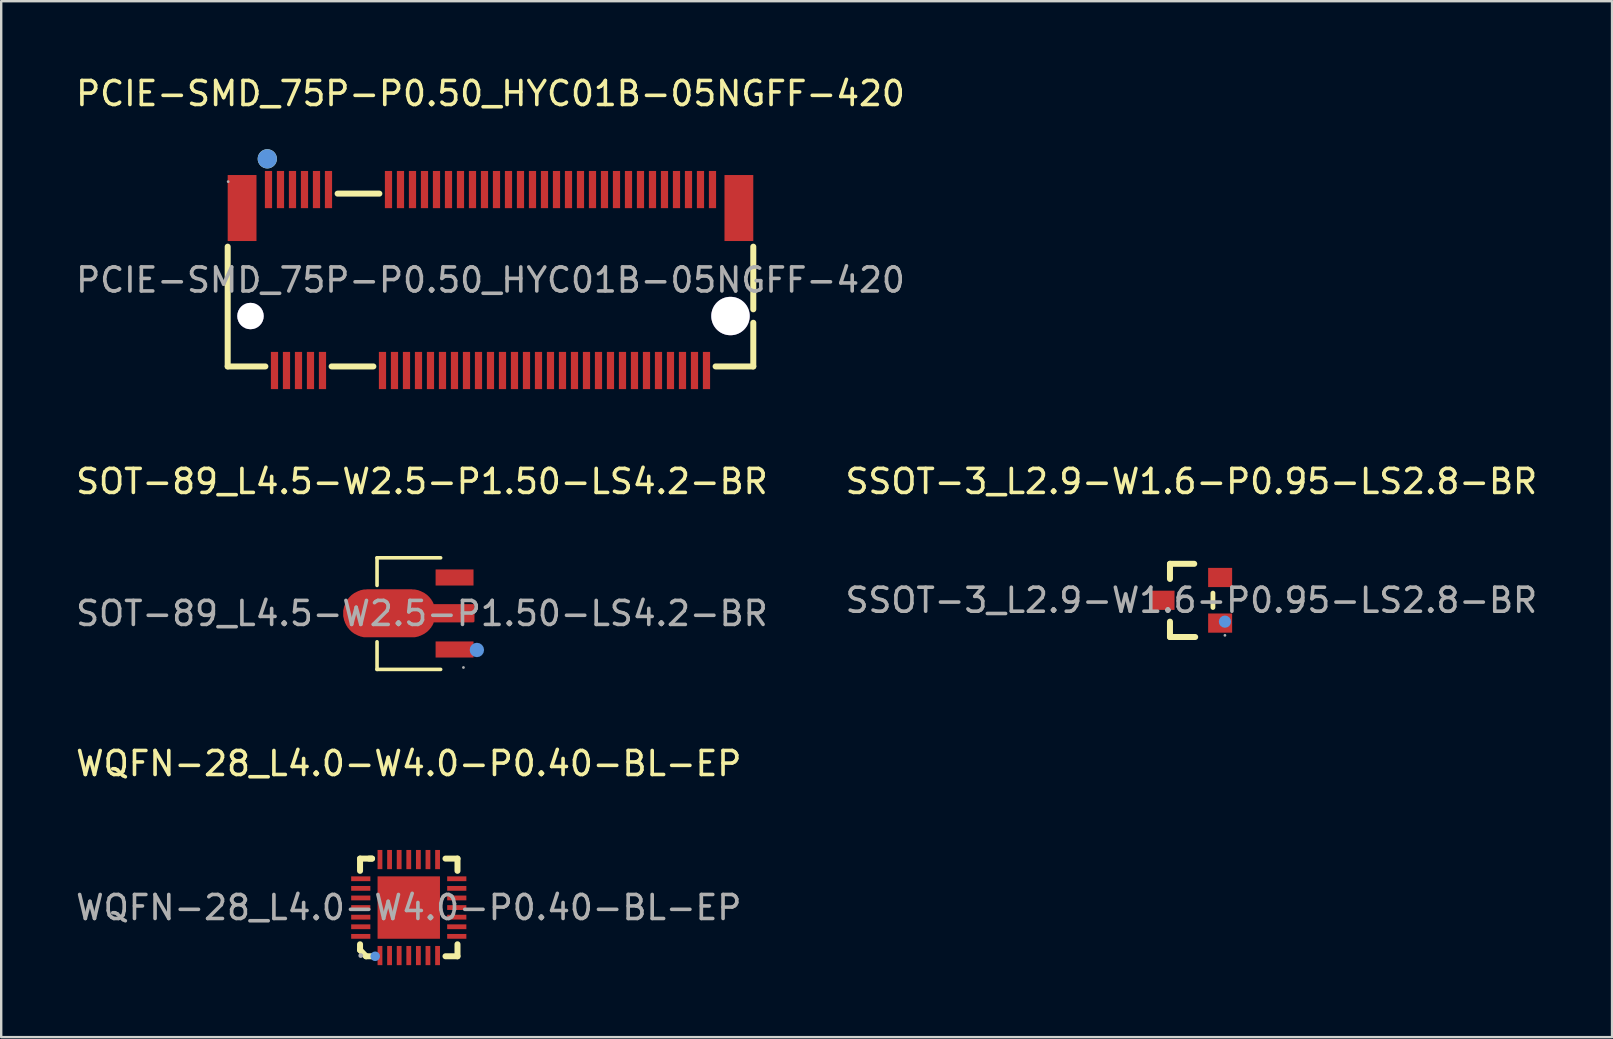
<source format=kicad_pcb>
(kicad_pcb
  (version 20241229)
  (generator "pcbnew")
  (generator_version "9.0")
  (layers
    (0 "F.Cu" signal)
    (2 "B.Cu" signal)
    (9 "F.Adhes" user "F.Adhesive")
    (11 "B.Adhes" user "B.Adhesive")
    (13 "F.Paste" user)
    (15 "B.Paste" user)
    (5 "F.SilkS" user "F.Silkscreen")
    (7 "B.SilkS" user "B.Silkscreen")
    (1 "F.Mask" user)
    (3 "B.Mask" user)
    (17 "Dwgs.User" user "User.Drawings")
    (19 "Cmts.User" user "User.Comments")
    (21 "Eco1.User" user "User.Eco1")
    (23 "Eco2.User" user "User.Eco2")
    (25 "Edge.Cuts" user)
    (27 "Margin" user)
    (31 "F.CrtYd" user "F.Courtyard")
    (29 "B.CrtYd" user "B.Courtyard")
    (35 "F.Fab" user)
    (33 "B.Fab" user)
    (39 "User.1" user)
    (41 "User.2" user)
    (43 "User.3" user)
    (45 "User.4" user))
  (footprint "PCIE-SMD_75P-P0.50_HYC01B-05NGFF-420"
    (layer "F.Cu")
    (at 17.387 8.618)
    (property "Reference" "PCIE-SMD_75P-P0.50_HYC01B-05NGFF-420" (at 0 -7.77 0) (layer "F.SilkS") (effects (font (size 1 1) (thickness 0.15))))
    (attr smd)
    (fp_line (start -10.95 -1.39) (end -10.95 3.6) (stroke (width 0.25) (type solid)) (layer "F.SilkS"))
    (fp_line (start -10.95 3.6) (end -9.38 3.6) (stroke (width 0.25) (type solid)) (layer "F.SilkS"))
    (fp_line (start -6.62 3.6) (end -4.88 3.6) (stroke (width 0.25) (type solid)) (layer "F.SilkS"))
    (fp_line (start -6.37 -3.6) (end -4.63 -3.6) (stroke (width 0.25) (type solid)) (layer "F.SilkS"))
    (fp_line (start 9.38 3.6) (end 10.95 3.6) (stroke (width 0.25) (type solid)) (layer "F.SilkS"))
    (fp_line (start 10.95 1.22) (end 10.95 -1.39) (stroke (width 0.25) (type solid)) (layer "F.SilkS"))
    (fp_line (start 10.95 3.6) (end 10.95 1.78) (stroke (width 0.25) (type solid)) (layer "F.SilkS"))
    (fp_circle (center -9.3 -5.05) (end -9.1 -5.05) (stroke (width 0.4) (type solid)) (fill no) (layer "F.SilkS"))
    (fp_circle (center -10 1.5) (end -9.75 1.5) (stroke (width 0.5) (type solid)) (fill no) (layer "Cmts.User"))
    (fp_circle (center -9.3 -5.05) (end -9.1 -5.05) (stroke (width 0.4) (type solid)) (fill no) (layer "Cmts.User"))
    (fp_circle (center 10 1.5) (end 10.35 1.5) (stroke (width 0.7) (type solid)) (fill no) (layer "Cmts.User"))
    (fp_circle (center -10.93 -4.1) (end -10.9 -4.1) (stroke (width 0.06) (type solid)) (fill no) (layer "F.Fab"))
    (fp_text user "${REFERENCE}" (at 0 0 0) (layer "F.Fab") (effects (font (size 1 1) (thickness 0.15))))
    (pad "" thru_hole circle (at -10 1.5) (size 1.1 1.1) (drill 1.1) (layers "*.Cu" "*.Mask"))
    (pad "" thru_hole circle (at 10 1.5) (size 1.6 1.6) (drill 1.6) (layers "*.Cu" "*.Mask"))
    (pad "1" smd rect (at -9.25 -3.77) (size 0.3 1.55) (layers "F.Cu" "F.Mask" "F.Paste"))
    (pad "2" smd rect (at -9 3.77) (size 0.3 1.55) (layers "F.Cu" "F.Mask" "F.Paste"))
    (pad "3" smd rect (at -8.75 -3.77) (size 0.3 1.55) (layers "F.Cu" "F.Mask" "F.Paste"))
    (pad "4" smd rect (at -8.5 3.77) (size 0.3 1.55) (layers "F.Cu" "F.Mask" "F.Paste"))
    (pad "5" smd rect (at -8.25 -3.77) (size 0.3 1.55) (layers "F.Cu" "F.Mask" "F.Paste"))
    (pad "6" smd rect (at -8 3.77) (size 0.3 1.55) (layers "F.Cu" "F.Mask" "F.Paste"))
    (pad "7" smd rect (at -7.75 -3.77) (size 0.3 1.55) (layers "F.Cu" "F.Mask" "F.Paste"))
    (pad "8" smd rect (at -7.5 3.77) (size 0.3 1.55) (layers "F.Cu" "F.Mask" "F.Paste"))
    (pad "9" smd rect (at -7.25 -3.77) (size 0.3 1.55) (layers "F.Cu" "F.Mask" "F.Paste"))
    (pad "10" smd rect (at -7 3.77) (size 0.3 1.55) (layers "F.Cu" "F.Mask" "F.Paste"))
    (pad "11" smd rect (at -6.75 -3.77) (size 0.3 1.55) (layers "F.Cu" "F.Mask" "F.Paste"))
    (pad "20" smd rect (at -4.5 3.77) (size 0.3 1.55) (layers "F.Cu" "F.Mask" "F.Paste"))
    (pad "21" smd rect (at -4.25 -3.77) (size 0.3 1.55) (layers "F.Cu" "F.Mask" "F.Paste"))
    (pad "22" smd rect (at -4 3.77) (size 0.3 1.55) (layers "F.Cu" "F.Mask" "F.Paste"))
    (pad "23" smd rect (at -3.75 -3.77) (size 0.3 1.55) (layers "F.Cu" "F.Mask" "F.Paste"))
    (pad "24" smd rect (at -3.5 3.77) (size 0.3 1.55) (layers "F.Cu" "F.Mask" "F.Paste"))
    (pad "25" smd rect (at -3.25 -3.77) (size 0.3 1.55) (layers "F.Cu" "F.Mask" "F.Paste"))
    (pad "26" smd rect (at -3 3.77) (size 0.3 1.55) (layers "F.Cu" "F.Mask" "F.Paste"))
    (pad "27" smd rect (at -2.75 -3.77) (size 0.3 1.55) (layers "F.Cu" "F.Mask" "F.Paste"))
    (pad "28" smd rect (at -2.5 3.77) (size 0.3 1.55) (layers "F.Cu" "F.Mask" "F.Paste"))
    (pad "29" smd rect (at -2.25 -3.77) (size 0.3 1.55) (layers "F.Cu" "F.Mask" "F.Paste"))
    (pad "30" smd rect (at -2 3.77) (size 0.3 1.55) (layers "F.Cu" "F.Mask" "F.Paste"))
    (pad "31" smd rect (at -1.75 -3.77) (size 0.3 1.55) (layers "F.Cu" "F.Mask" "F.Paste"))
    (pad "32" smd rect (at -1.5 3.77) (size 0.3 1.55) (layers "F.Cu" "F.Mask" "F.Paste"))
    (pad "33" smd rect (at -1.25 -3.77) (size 0.3 1.55) (layers "F.Cu" "F.Mask" "F.Paste"))
    (pad "34" smd rect (at -1 3.77) (size 0.3 1.55) (layers "F.Cu" "F.Mask" "F.Paste"))
    (pad "35" smd rect (at -0.75 -3.77) (size 0.3 1.55) (layers "F.Cu" "F.Mask" "F.Paste"))
    (pad "36" smd rect (at -0.5 3.77) (size 0.3 1.55) (layers "F.Cu" "F.Mask" "F.Paste"))
    (pad "37" smd rect (at -0.25 -3.77) (size 0.3 1.55) (layers "F.Cu" "F.Mask" "F.Paste"))
    (pad "38" smd rect (at 0 3.77) (size 0.3 1.55) (layers "F.Cu" "F.Mask" "F.Paste"))
    (pad "39" smd rect (at 0.25 -3.77) (size 0.3 1.55) (layers "F.Cu" "F.Mask" "F.Paste"))
    (pad "40" smd rect (at 0.5 3.77) (size 0.3 1.55) (layers "F.Cu" "F.Mask" "F.Paste"))
    (pad "41" smd rect (at 0.75 -3.77) (size 0.3 1.55) (layers "F.Cu" "F.Mask" "F.Paste"))
    (pad "42" smd rect (at 1 3.77) (size 0.3 1.55) (layers "F.Cu" "F.Mask" "F.Paste"))
    (pad "43" smd rect (at 1.25 -3.77) (size 0.3 1.55) (layers "F.Cu" "F.Mask" "F.Paste"))
    (pad "44" smd rect (at 1.5 3.77) (size 0.3 1.55) (layers "F.Cu" "F.Mask" "F.Paste"))
    (pad "45" smd rect (at 1.75 -3.77) (size 0.3 1.55) (layers "F.Cu" "F.Mask" "F.Paste"))
    (pad "46" smd rect (at 2 3.77) (size 0.3 1.55) (layers "F.Cu" "F.Mask" "F.Paste"))
    (pad "47" smd rect (at 2.25 -3.77) (size 0.3 1.55) (layers "F.Cu" "F.Mask" "F.Paste"))
    (pad "48" smd rect (at 2.5 3.77) (size 0.3 1.55) (layers "F.Cu" "F.Mask" "F.Paste"))
    (pad "49" smd rect (at 2.75 -3.77) (size 0.3 1.55) (layers "F.Cu" "F.Mask" "F.Paste"))
    (pad "50" smd rect (at 3 3.77) (size 0.3 1.55) (layers "F.Cu" "F.Mask" "F.Paste"))
    (pad "51" smd rect (at 3.25 -3.77) (size 0.3 1.55) (layers "F.Cu" "F.Mask" "F.Paste"))
    (pad "52" smd rect (at 3.5 3.77) (size 0.3 1.55) (layers "F.Cu" "F.Mask" "F.Paste"))
    (pad "53" smd rect (at 3.75 -3.77) (size 0.3 1.55) (layers "F.Cu" "F.Mask" "F.Paste"))
    (pad "54" smd rect (at 4 3.77) (size 0.3 1.55) (layers "F.Cu" "F.Mask" "F.Paste"))
    (pad "55" smd rect (at 4.25 -3.77) (size 0.3 1.55) (layers "F.Cu" "F.Mask" "F.Paste"))
    (pad "56" smd rect (at 4.5 3.77) (size 0.3 1.55) (layers "F.Cu" "F.Mask" "F.Paste"))
    (pad "57" smd rect (at 4.75 -3.77) (size 0.3 1.55) (layers "F.Cu" "F.Mask" "F.Paste"))
    (pad "58" smd rect (at 5 3.77) (size 0.3 1.55) (layers "F.Cu" "F.Mask" "F.Paste"))
    (pad "59" smd rect (at 5.25 -3.77) (size 0.3 1.55) (layers "F.Cu" "F.Mask" "F.Paste"))
    (pad "60" smd rect (at 5.5 3.77) (size 0.3 1.55) (layers "F.Cu" "F.Mask" "F.Paste"))
    (pad "61" smd rect (at 5.75 -3.77) (size 0.3 1.55) (layers "F.Cu" "F.Mask" "F.Paste"))
    (pad "62" smd rect (at 6 3.77) (size 0.3 1.55) (layers "F.Cu" "F.Mask" "F.Paste"))
    (pad "63" smd rect (at 6.25 -3.77) (size 0.3 1.55) (layers "F.Cu" "F.Mask" "F.Paste"))
    (pad "64" smd rect (at 6.5 3.77) (size 0.3 1.55) (layers "F.Cu" "F.Mask" "F.Paste"))
    (pad "65" smd rect (at 6.75 -3.77) (size 0.3 1.55) (layers "F.Cu" "F.Mask" "F.Paste"))
    (pad "66" smd rect (at 7 3.77) (size 0.3 1.55) (layers "F.Cu" "F.Mask" "F.Paste"))
    (pad "67" smd rect (at 7.25 -3.77) (size 0.3 1.55) (layers "F.Cu" "F.Mask" "F.Paste"))
    (pad "68" smd rect (at 7.5 3.77) (size 0.3 1.55) (layers "F.Cu" "F.Mask" "F.Paste"))
    (pad "69" smd rect (at 7.75 -3.77) (size 0.3 1.55) (layers "F.Cu" "F.Mask" "F.Paste"))
    (pad "70" smd rect (at 8 3.77) (size 0.3 1.55) (layers "F.Cu" "F.Mask" "F.Paste"))
    (pad "71" smd rect (at 8.25 -3.77) (size 0.3 1.55) (layers "F.Cu" "F.Mask" "F.Paste"))
    (pad "72" smd rect (at 8.5 3.77) (size 0.3 1.55) (layers "F.Cu" "F.Mask" "F.Paste"))
    (pad "73" smd rect (at 8.75 -3.77) (size 0.3 1.55) (layers "F.Cu" "F.Mask" "F.Paste"))
    (pad "74" smd rect (at 9 3.77) (size 0.3 1.55) (layers "F.Cu" "F.Mask" "F.Paste"))
    (pad "75" smd rect (at 9.25 -3.77) (size 0.3 1.55) (layers "F.Cu" "F.Mask" "F.Paste"))
    (pad "76" smd rect (at -10.35 -3) (size 1.2 2.75) (layers "F.Cu" "F.Mask" "F.Paste"))
    (pad "77" smd rect (at 10.35 -3) (size 1.2 2.75) (layers "F.Cu" "F.Mask" "F.Paste")))
  (footprint "SSOT-3_L2.9-W1.6-P0.95-LS2.8-BR"
    (layer "F.Cu")
    (at 46.589 21.962)
    (property "Reference" "SSOT-3_L2.9-W1.6-P0.95-LS2.8-BR" (at 0 -4.95 0) (layer "F.SilkS") (effects (font (size 1 1) (thickness 0.15))))
    (attr smd)
    (fp_line (start -0.89 -1.52) (end -0.89 -0.89) (stroke (width 0.25) (type solid)) (layer "F.SilkS"))
    (fp_line (start -0.89 0.89) (end -0.89 1.53) (stroke (width 0.25) (type solid)) (layer "F.SilkS"))
    (fp_line (start -0.89 1.53) (end 0.16 1.53) (stroke (width 0.25) (type solid)) (layer "F.SilkS"))
    (fp_line (start 0.12 -1.52) (end -0.89 -1.52) (stroke (width 0.25) (type solid)) (layer "F.SilkS"))
    (fp_line (start 0.9 0.3) (end 0.9 -0.3) (stroke (width 0.2) (type solid)) (layer "F.SilkS"))
    (fp_circle (center 1.4 0.89) (end 1.53 0.89) (stroke (width 0.25) (type solid)) (fill no) (layer "Cmts.User"))
    (fp_circle (center 1.4 1.46) (end 1.43 1.46) (stroke (width 0.06) (type solid)) (fill no) (layer "F.Fab"))
    (fp_text user "${REFERENCE}" (at 0 0 0) (layer "F.Fab") (effects (font (size 1 1) (thickness 0.15))))
    (pad "1" smd rect (at 1.2 0.95 270) (size 0.8 1) (layers "F.Cu" "F.Mask" "F.Paste"))
    (pad "2" smd rect (at 1.2 -0.95 270) (size 0.8 1) (layers "F.Cu" "F.Mask" "F.Paste"))
    (pad "3" smd rect (at -1.2 0 270) (size 0.8 1) (layers "F.Cu" "F.Mask" "F.Paste")))
  (footprint "SOT-89_L4.5-W2.5-P1.50-LS4.2-BR"
    (layer "F.Cu")
    (at 14.53 22.512)
    (property "Reference" "SOT-89_L4.5-W2.5-P1.50-LS4.2-BR" (at 0 -5.5 0) (layer "F.SilkS") (effects (font (size 1 1) (thickness 0.15))))
    (attr smd)
    (fp_line (start -1.87 -2.32) (end -1.87 -1.17) (stroke (width 0.15) (type solid)) (layer "F.SilkS"))
    (fp_line (start -1.87 2.33) (end -1.87 1.18) (stroke (width 0.15) (type solid)) (layer "F.SilkS"))
    (fp_line (start 0.78 -2.32) (end -1.87 -2.32) (stroke (width 0.15) (type solid)) (layer "F.SilkS"))
    (fp_line (start 0.78 2.33) (end -1.87 2.33) (stroke (width 0.15) (type solid)) (layer "F.SilkS"))
    (fp_circle (center 2.29 1.52) (end 2.44 1.52) (stroke (width 0.3) (type solid)) (fill no) (layer "Cmts.User"))
    (fp_circle (center 1.73 2.25) (end 1.76 2.25) (stroke (width 0.06) (type solid)) (fill no) (layer "F.Fab"))
    (fp_text user "${REFERENCE}" (at 0 0 0) (layer "F.Fab") (effects (font (size 1 1) (thickness 0.15))))
    (pad "1" smd rect (at 1.36 1.5) (size 1.58 0.67) (layers "F.Cu" "F.Mask" "F.Paste"))
    (pad "2" smd custom (at -1.36 -0.01) (size 0.01 0.01) (layers "F.Cu" "F.Mask" "F.Paste") (options (anchor circle)) (primitives (gr_poly (pts (xy -0.92 -0.95) (xy 0.93 -0.95) (xy 0.98 -0.94) (xy 1.02 -0.94) (xy 1.06 -0.94) (xy 1.11 -0.93) (xy 1.15 -0.92) (xy 1.2 -0.91) (xy 1.24 -0.89) (xy 1.28 -0.88) (xy 1.32 -0.86) (xy 1.36 -0.84) (xy 1.4 -0.82) (xy 1.44 -0.8) (xy 1.48 -0.77) (xy 1.51 -0.75) (xy 1.55 -0.72) (xy 1.58 -0.69) (xy 1.61 -0.66) (xy 1.64 -0.63) (xy 1.67 -0.59) (xy 1.7 -0.56) (xy 1.72 -0.52) (xy 1.75 -0.48) (xy 1.77 -0.44) (xy 1.79 -0.4) (xy 1.81 -0.33) (xy 3.5 -0.33) (xy 3.5 0.33) (xy 1.81 0.33) (xy 1.79 0.41) (xy 1.77 0.45) (xy 1.75 0.49) (xy 1.72 0.53) (xy 1.7 0.57) (xy 1.67 0.6) (xy 1.64 0.64) (xy 1.61 0.67) (xy 1.58 0.7) (xy 1.55 0.73) (xy 1.51 0.76) (xy 1.48 0.78) (xy 1.44 0.81) (xy 1.4 0.83) (xy 1.36 0.85) (xy 1.32 0.87) (xy 1.28 0.89) (xy 1.24 0.9) (xy 1.2 0.92) (xy 1.15 0.93) (xy 1.11 0.94) (xy 1.06 0.95) (xy 1.02 0.95) (xy 0.98 0.95) (xy 0.93 0.95) (xy -0.92 0.95) (xy -0.97 0.95) (xy -1.01 0.95) (xy -1.06 0.95) (xy -1.1 0.94) (xy -1.14 0.93) (xy -1.19 0.92) (xy -1.23 0.9) (xy -1.27 0.89) (xy -1.31 0.87) (xy -1.35 0.85) (xy -1.39 0.83) (xy -1.43 0.81) (xy -1.47 0.78) (xy -1.5 0.76) (xy -1.54 0.73) (xy -1.57 0.7) (xy -1.6 0.67) (xy -1.63 0.64) (xy -1.66 0.6) (xy -1.69 0.57) (xy -1.71 0.53) (xy -1.74 0.49) (xy -1.76 0.45) (xy -1.78 0.41) (xy -1.8 0.37) (xy -1.81 0.33) (xy -1.83 0.29) (xy -1.84 0.25) (xy -1.85 0.2) (xy -1.86 0.16) (xy -1.87 0.12) (xy -1.87 0.07) (xy -1.87 0.03) (xy -1.87 -0.02) (xy -1.87 -0.06) (xy -1.87 -0.11) (xy -1.86 -0.15) (xy -1.85 -0.19) (xy -1.84 -0.24) (xy -1.83 -0.28) (xy -1.81 -0.32) (xy -1.8 -0.36) (xy -1.78 -0.4) (xy -1.76 -0.44) (xy -1.74 -0.48) (xy -1.71 -0.52) (xy -1.69 -0.56) (xy -1.66 -0.59) (xy -1.63 -0.63) (xy -1.6 -0.66) (xy -1.57 -0.69) (xy -1.54 -0.72) (xy -1.5 -0.75) (xy -1.47 -0.77) (xy -1.43 -0.8) (xy -1.39 -0.82) (xy -1.35 -0.84) (xy -1.31 -0.86) (xy -1.27 -0.88) (xy -1.23 -0.89) (xy -1.19 -0.91) (xy -1.14 -0.92) (xy -1.1 -0.93) (xy -1.06 -0.94) (xy -1.01 -0.94) (xy -0.97 -0.94) (xy -0.92 -0.95)) (width 0.1) (fill yes))))
    (pad "3" smd rect (at 1.36 -1.5) (size 1.58 0.67) (layers "F.Cu" "F.Mask" "F.Paste")))
  (footprint "WQFN-28_L4.0-W4.0-P0.40-BL-EP"
    (layer "F.Cu")
    (at 13.982 34.765)
    (property "Reference" "WQFN-28_L4.0-W4.0-P0.40-BL-EP" (at 0 -6 0) (layer "F.SilkS") (effects (font (size 1 1) (thickness 0.15))))
    (attr smd)
    (fp_line (start -2.03 -2.04) (end -2.03 -1.53) (stroke (width 0.25) (type solid)) (layer "F.SilkS"))
    (fp_line (start -2.03 1.53) (end -2.03 1.77) (stroke (width 0.25) (type solid)) (layer "F.SilkS"))
    (fp_line (start -2.03 1.77) (end -1.78 2.03) (stroke (width 0.25) (type solid)) (layer "F.SilkS"))
    (fp_line (start -1.78 2.03) (end -1.53 2.03) (stroke (width 0.25) (type solid)) (layer "F.SilkS"))
    (fp_line (start -1.53 -2.04) (end -2.03 -2.04) (stroke (width 0.25) (type solid)) (layer "F.SilkS"))
    (fp_line (start -1.53 -2.04) (end -1.65 -2.04) (stroke (width 0.25) (type solid)) (layer "F.SilkS"))
    (fp_line (start 1.53 2.03) (end 2.03 2.03) (stroke (width 0.25) (type solid)) (layer "F.SilkS"))
    (fp_line (start 2.03 -2.04) (end 1.53 -2.04) (stroke (width 0.25) (type solid)) (layer "F.SilkS"))
    (fp_line (start 2.03 -1.53) (end 2.03 -2.04) (stroke (width 0.25) (type solid)) (layer "F.SilkS"))
    (fp_line (start 2.03 2.03) (end 2.03 1.53) (stroke (width 0.25) (type solid)) (layer "F.SilkS"))
    (fp_circle (center -1.4 2.03) (end -1.3 2.03) (stroke (width 0.2) (type solid)) (fill no) (layer "Cmts.User"))
    (fp_circle (center -2 2) (end -1.95 2) (stroke (width 0.1) (type solid)) (fill no) (layer "F.Fab"))
    (fp_text user "${REFERENCE}" (at 0 0 0) (layer "F.Fab") (effects (font (size 1 1) (thickness 0.15))))
    (pad "1" smd rect (at -1.2 2) (size 0.2 0.8) (layers "F.Cu" "F.Mask" "F.Paste"))
    (pad "2" smd rect (at -0.8 2) (size 0.2 0.8) (layers "F.Cu" "F.Mask" "F.Paste"))
    (pad "3" smd rect (at -0.4 2) (size 0.2 0.8) (layers "F.Cu" "F.Mask" "F.Paste"))
    (pad "4" smd rect (at 0 2) (size 0.2 0.8) (layers "F.Cu" "F.Mask" "F.Paste"))
    (pad "5" smd rect (at 0.4 2) (size 0.2 0.8) (layers "F.Cu" "F.Mask" "F.Paste"))
    (pad "6" smd rect (at 0.8 2) (size 0.2 0.8) (layers "F.Cu" "F.Mask" "F.Paste"))
    (pad "7" smd rect (at 1.2 2) (size 0.2 0.8) (layers "F.Cu" "F.Mask" "F.Paste"))
    (pad "8" smd rect (at 2 1.2 270) (size 0.2 0.8) (layers "F.Cu" "F.Mask" "F.Paste"))
    (pad "9" smd rect (at 2 0.8 270) (size 0.2 0.8) (layers "F.Cu" "F.Mask" "F.Paste"))
    (pad "10" smd rect (at 2 0.4 270) (size 0.2 0.8) (layers "F.Cu" "F.Mask" "F.Paste"))
    (pad "11" smd rect (at 2 0 270) (size 0.2 0.8) (layers "F.Cu" "F.Mask" "F.Paste"))
    (pad "12" smd rect (at 2 -0.4 270) (size 0.2 0.8) (layers "F.Cu" "F.Mask" "F.Paste"))
    (pad "13" smd rect (at 2 -0.8 270) (size 0.2 0.8) (layers "F.Cu" "F.Mask" "F.Paste"))
    (pad "14" smd rect (at 2 -1.2 270) (size 0.2 0.8) (layers "F.Cu" "F.Mask" "F.Paste"))
    (pad "15" smd rect (at 1.2 -2) (size 0.2 0.8) (layers "F.Cu" "F.Mask" "F.Paste"))
    (pad "16" smd rect (at 0.8 -2) (size 0.2 0.8) (layers "F.Cu" "F.Mask" "F.Paste"))
    (pad "17" smd rect (at 0.4 -2) (size 0.2 0.8) (layers "F.Cu" "F.Mask" "F.Paste"))
    (pad "18" smd rect (at 0 -2) (size 0.2 0.8) (layers "F.Cu" "F.Mask" "F.Paste"))
    (pad "19" smd rect (at -0.4 -2) (size 0.2 0.8) (layers "F.Cu" "F.Mask" "F.Paste"))
    (pad "20" smd rect (at -0.8 -2) (size 0.2 0.8) (layers "F.Cu" "F.Mask" "F.Paste"))
    (pad "21" smd rect (at -1.2 -2) (size 0.2 0.8) (layers "F.Cu" "F.Mask" "F.Paste"))
    (pad "22" smd rect (at -2 -1.2 270) (size 0.2 0.8) (layers "F.Cu" "F.Mask" "F.Paste"))
    (pad "23" smd rect (at -2 -0.8 270) (size 0.2 0.8) (layers "F.Cu" "F.Mask" "F.Paste"))
    (pad "24" smd rect (at -2 -0.4 270) (size 0.2 0.8) (layers "F.Cu" "F.Mask" "F.Paste"))
    (pad "25" smd rect (at -2 0 270) (size 0.2 0.8) (layers "F.Cu" "F.Mask" "F.Paste"))
    (pad "26" smd rect (at -2 0.4 270) (size 0.2 0.8) (layers "F.Cu" "F.Mask" "F.Paste"))
    (pad "27" smd rect (at -2 0.8 270) (size 0.2 0.8) (layers "F.Cu" "F.Mask" "F.Paste"))
    (pad "28" smd rect (at -2 1.2 270) (size 0.2 0.8) (layers "F.Cu" "F.Mask" "F.Paste"))
    (pad "29" smd rect (at 0 0 270) (size 2.6 2.6) (layers "F.Cu" "F.Mask" "F.Paste")))
  (gr_rect
    (start -3 -3)
    (end 64.119 40.165)
    (stroke (width 0.1) (type default))
    (fill no)
    (layer "Edge.Cuts")))
</source>
